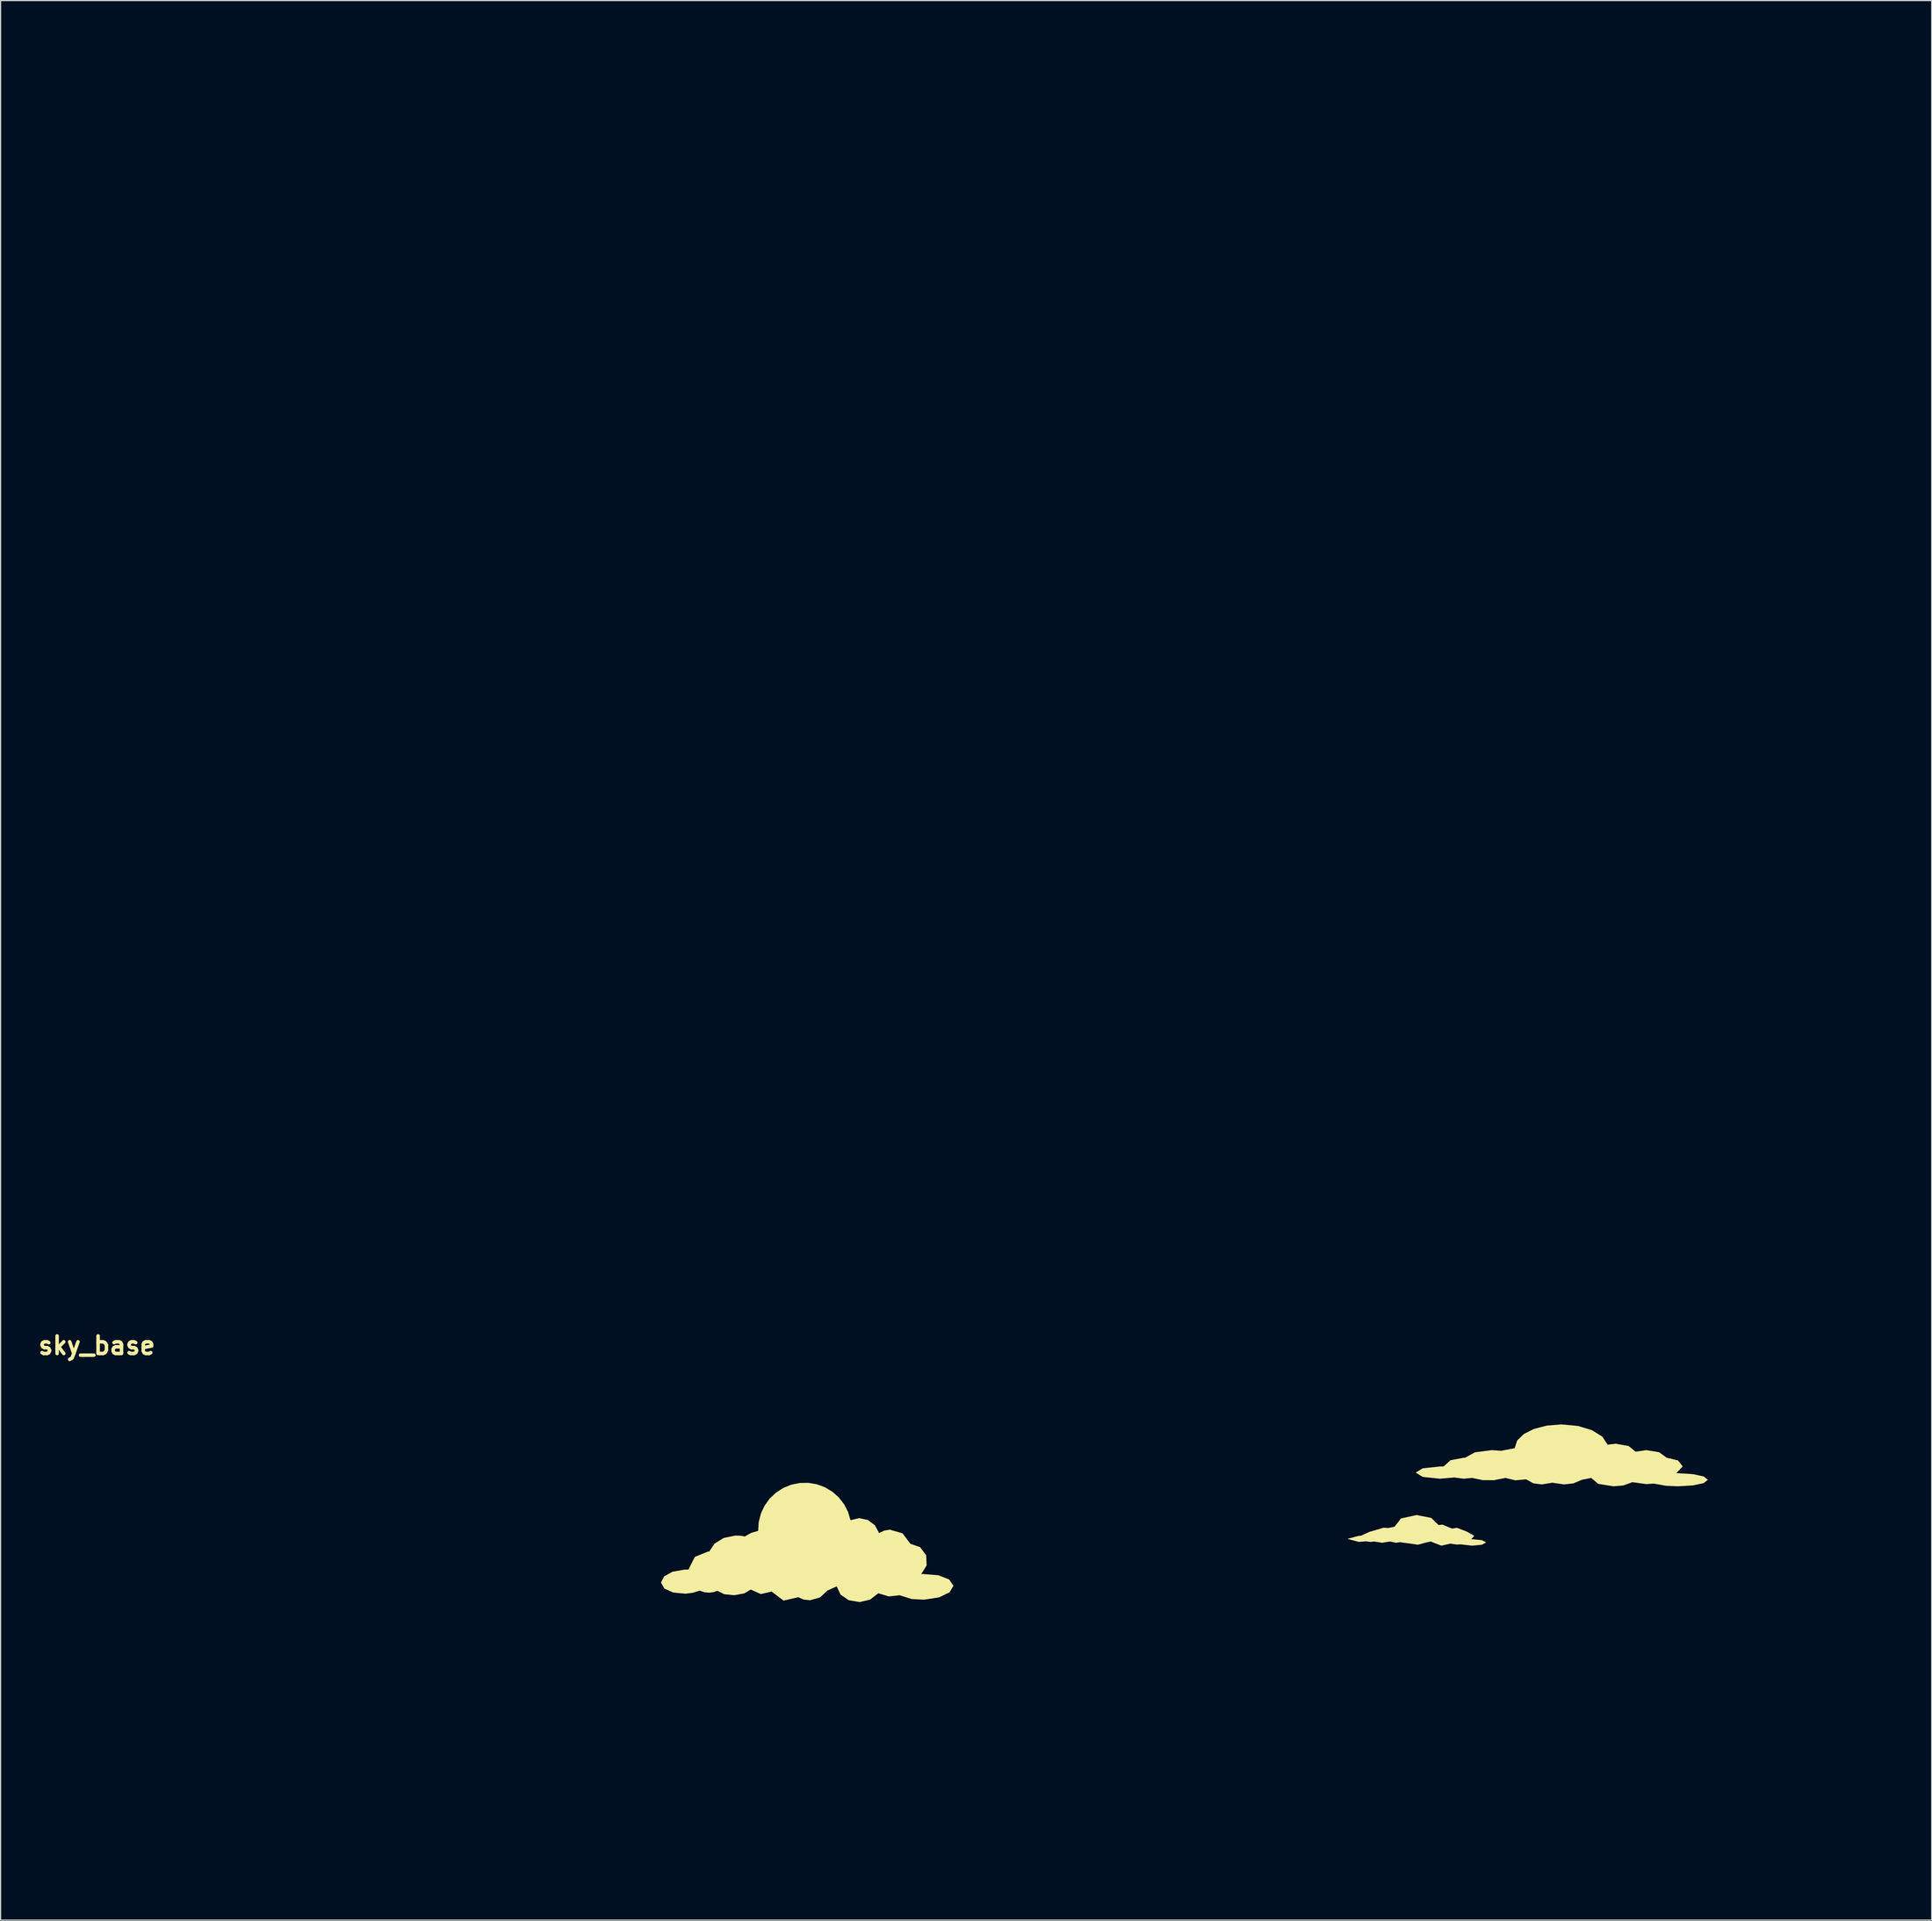
<source format=kicad_pcb>
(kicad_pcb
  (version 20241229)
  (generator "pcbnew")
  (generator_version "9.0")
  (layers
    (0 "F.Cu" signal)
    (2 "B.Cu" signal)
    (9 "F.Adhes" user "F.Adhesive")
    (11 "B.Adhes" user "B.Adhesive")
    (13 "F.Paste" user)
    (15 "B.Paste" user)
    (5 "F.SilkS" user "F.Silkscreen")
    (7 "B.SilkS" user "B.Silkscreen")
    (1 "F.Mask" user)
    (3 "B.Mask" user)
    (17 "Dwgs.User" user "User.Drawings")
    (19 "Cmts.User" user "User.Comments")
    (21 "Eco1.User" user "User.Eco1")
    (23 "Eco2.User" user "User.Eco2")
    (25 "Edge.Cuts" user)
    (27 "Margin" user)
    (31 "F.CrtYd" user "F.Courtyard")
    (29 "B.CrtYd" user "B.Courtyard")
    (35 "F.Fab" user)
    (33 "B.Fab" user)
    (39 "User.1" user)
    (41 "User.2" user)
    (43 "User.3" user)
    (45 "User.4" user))
  (footprint "sky_base"
    (layer "F.Cu")
    (at 5.349 0.25)
    (property "Reference" "sky_base" (at 0 113.474 0) (layer "F.SilkS") (effects (font (size 1.524 1.524) (thickness 0.305))))
    (attr exclude_from_pos_files exclude_from_bom)
    (fp_poly (pts (xy 120.515 130.561) (xy 120.155 130.758) (xy 119.285 130.841) (xy 118.29 130.725) (xy 117.98 130.746) (xy 117.409 130.664) (xy 116.631 130.841) (xy 115.707 130.481) (xy 115.342 130.558) (xy 114.601 130.759) (xy 114.117 130.685) (xy 113.035 130.542) (xy 112.683 130.59) (xy 112.178 130.481) (xy 111.489 130.59) (xy 110.799 130.481) (xy 110.471 130.516) (xy 110.072 130.463) (xy 109.476 130.516) (xy 108.482 130.251) (xy 109.476 129.986) (xy 109.633 129.986) (xy 110.471 129.608) (xy 110.519 129.608) (xy 111.62 129.283) (xy 112.006 129.309) (xy 112.564 129.198) (xy 113.128 128.48) (xy 114.488 128.182) (xy 115.752 128.433) (xy 116.39 129.052) (xy 116.729 129.015) (xy 117.546 129.357) (xy 117.991 129.291) (xy 118.824 129.616) (xy 119.486 129.989) (xy 119.221 130.283) (xy 119.295 130.283) (xy 120.156 130.363) (xy 120.515 130.561) (xy 120.515 130.561)) (stroke (width 0) (type solid)) (fill yes) (layer "F.SilkS"))
    (fp_poly (pts (xy 139.749 125.122) (xy 139.395 125.408) (xy 138.465 125.611) (xy 137.158 125.689) (xy 136.101 125.641) (xy 135.06 125.453) (xy 134.412 125.498) (xy 133.205 125.331) (xy 132.411 125.615) (xy 131.57 125.689) (xy 130.239 125.478) (xy 129.628 124.961) (xy 128.856 125.117) (xy 128.837 125.117) (xy 128.085 125.436) (xy 127.273 125.525) (xy 126.255 125.376) (xy 125.355 125.525) (xy 124.625 125.435) (xy 123.977 125.085) (xy 123.048 125.168) (xy 122.18 124.961) (xy 121.22 125.157) (xy 120.244 125.157) (xy 119.283 124.961) (xy 118.59 125.03) (xy 117.749 124.924) (xy 116.497 125.03) (xy 115.017 124.874) (xy 114.404 124.501) (xy 115.017 124.127) (xy 116.497 123.971) (xy 116.822 123.971) (xy 117.42 123.426) (xy 118.59 123.207) (xy 118.693 123.207) (xy 119.552 122.737) (xy 121.006 122.551) (xy 121.818 122.606) (xy 122.998 122.381) (xy 122.998 122.365) (xy 123.204 121.719) (xy 123.779 121.156) (xy 124.655 120.713) (xy 125.766 120.422) (xy 127.046 120.318) (xy 128.491 120.452) (xy 129.706 120.823) (xy 130.592 121.379) (xy 131.049 122.072) (xy 131.761 121.995) (xy 132.866 122.191) (xy 133.481 122.683) (xy 134.42 122.551) (xy 135.521 122.732) (xy 136.171 123.207) (xy 137.159 123.444) (xy 137.563 123.961) (xy 137.01 124.551) (xy 137.166 124.551) (xy 138.467 124.635) (xy 139.395 124.839) (xy 139.749 125.122) (xy 139.749 125.122)) (stroke (width 0) (type solid)) (fill yes) (layer "F.SilkS"))
    (fp_poly (pts (xy 74.303 134.32) (xy 73.97 134.893) (xy 73.056 135.328) (xy 71.755 135.529) (xy 70.672 135.47) (xy 69.638 135.143) (xy 68.695 135.246) (xy 67.786 134.971) (xy 67.066 135.53) (xy 66.177 135.735) (xy 65.225 135.576) (xy 64.514 135.089) (xy 64.182 134.373) (xy 63.415 134.717) (xy 63.397 134.717) (xy 62.734 135.335) (xy 61.862 135.579) (xy 61.33 135.52) (xy 60.836 135.315) (xy 59.572 135.611) (xy 58.536 134.828) (xy 57.6 135.041) (xy 56.724 134.65) (xy 56.158 134.985) (xy 55.292 135.14) (xy 54.42 135.051) (xy 53.829 134.759) (xy 53.493 134.874) (xy 53.141 134.923) (xy 52.706 134.885) (xy 52.292 134.746) (xy 51.683 134.932) (xy 51.051 135.01) (xy 49.989 134.906) (xy 49.226 134.559) (xy 48.935 134.042) (xy 49.21 133.504) (xy 49.941 133.102) (xy 50.985 132.92) (xy 51.311 132.92) (xy 51.875 131.817) (xy 53.022 131.348) (xy 53.126 131.348) (xy 53.587 130.66) (xy 54.374 130.172) (xy 55.388 129.965) (xy 55.799 129.976) (xy 56.205 130.044) (xy 56.758 129.733) (xy 57.367 129.557) (xy 57.367 129.528) (xy 57.417 128.78) (xy 57.604 128.053) (xy 57.922 127.374) (xy 58.36 126.765) (xy 58.903 126.247) (xy 59.532 125.839) (xy 60.226 125.553) (xy 60.961 125.401) (xy 61.711 125.387) (xy 62.451 125.512) (xy 63.155 125.771) (xy 63.799 126.156) (xy 64.361 126.653) (xy 64.821 127.245) (xy 65.164 127.912) (xy 65.378 128.631) (xy 66.126 128.453) (xy 66.878 128.609) (xy 67.493 129.07) (xy 67.855 129.748) (xy 68.298 129.534) (xy 68.784 129.451) (xy 69.886 129.77) (xy 70.58 130.684) (xy 71.413 130.969) (xy 71.941 131.673) (xy 71.98 132.553) (xy 71.517 133.301) (xy 71.673 133.301) (xy 72.985 133.405) (xy 73.929 133.77) (xy 74.303 134.32) (xy 74.303 134.32)) (stroke (width 0) (type solid)) (fill yes) (layer "F.SilkS"))
    (fp_poly (pts (xy 102.855 116.522) (xy 101.463 116.536) (xy 100.079 116.579) (xy 98.704 116.649) (xy 97.34 116.747) (xy 95.985 116.872) (xy 94.641 117.024) (xy 93.308 117.202) (xy 91.986 117.407) (xy 90.676 117.637) (xy 89.378 117.893) (xy 88.093 118.174) (xy 86.822 118.48) (xy 85.563 118.81) (xy 84.319 119.164) (xy 83.09 119.542) (xy 81.875 119.943) (xy 80.675 120.367) (xy 79.491 120.814) (xy 78.324 121.284) (xy 77.173 121.775) (xy 76.039 122.288) (xy 74.922 122.822) (xy 73.824 123.377) (xy 72.744 123.953) (xy 71.682 124.549) (xy 70.64 125.165) (xy 69.617 125.8) (xy 68.615 126.455) (xy 67.633 127.128) (xy 66.672 127.82) (xy 65.732 128.531) (xy 65.378 128.631) (xy 64.962 127.482) (xy 64.247 126.538) (xy 63.299 125.845) (xy 62.183 125.451) (xy 60.961 125.403) (xy 59.781 125.72) (xy 58.779 126.351) (xy 58.007 127.236) (xy 57.52 128.315) (xy 57.367 129.528) (xy 57.367 129.557) (xy 56.205 130.044) (xy 55.388 129.965) (xy 54.374 130.172) (xy 53.587 130.66) (xy 53.125 131.349) (xy 53.023 131.349) (xy 52.211 131.574) (xy 51.605 132.13) (xy 51.311 132.92) (xy 50.985 132.92) (xy 49.941 133.102) (xy 49.21 133.504) (xy 48.934 134.042) (xy 49.226 134.559) (xy 49.989 134.906) (xy 51.051 135.01) (xy 52.292 134.746) (xy 53.141 134.923) (xy 53.829 134.759) (xy 54.42 135.051) (xy 55.292 135.14) (xy 56.158 134.985) (xy 56.724 134.65) (xy 57.6 135.042) (xy 58.536 134.828) (xy 58.771 135.13) (xy 57.956 136.113) (xy 57.175 137.114) (xy 56.428 138.134) (xy 55.716 139.172) (xy 55.039 140.226) (xy 54.398 141.298) (xy 53.794 142.386) (xy 53.227 143.489) (xy 52.699 144.608) (xy 52.209 145.741) (xy 51.758 146.889) (xy 51.347 148.05) (xy 50.977 149.225) (xy 50.648 150.412) (xy 50.36 151.611) (xy 50.115 152.822) (xy 49.913 154.045) (xy 49.755 155.278) (xy 49.642 156.521) (xy 49.573 157.773) (xy 49.55 159.035) (xy 49.574 160.3) (xy 156.161 160.337) (xy 156.14 159.14) (xy 156.079 157.944) (xy 155.977 156.751) (xy 155.835 155.561) (xy 155.654 154.376) (xy 155.434 153.196) (xy 155.176 152.022) (xy 154.88 150.854) (xy 154.547 149.695) (xy 154.177 148.543) (xy 153.771 147.401) (xy 153.33 146.269) (xy 152.854 145.148) (xy 152.343 144.039) (xy 151.799 142.942) (xy 151.221 141.858) (xy 150.611 140.789) (xy 149.968 139.735) (xy 149.293 138.697) (xy 148.587 137.675) (xy 147.851 136.671) (xy 147.085 135.686) (xy 146.289 134.719) (xy 145.464 133.773) (xy 144.61 132.847) (xy 143.729 131.943) (xy 142.82 131.061) (xy 141.885 130.203) (xy 140.923 129.369) (xy 139.936 128.56) (xy 138.923 127.776) (xy 137.885 127.019) (xy 136.824 126.29) (xy 135.739 125.589) (xy 136.447 125.671) (xy 137.159 125.688) (xy 138.464 125.611) (xy 139.394 125.408) (xy 139.749 125.123) (xy 139.749 125.122) (xy 139.394 124.839) (xy 138.467 124.635) (xy 137.166 124.551) (xy 137.01 124.551) (xy 137.563 123.961) (xy 137.159 123.444) (xy 136.172 123.207) (xy 135.521 122.732) (xy 134.42 122.551) (xy 133.481 122.683) (xy 132.866 122.191) (xy 131.761 121.995) (xy 131.049 122.072) (xy 130.592 121.379) (xy 129.706 120.823) (xy 128.491 120.452) (xy 127.046 120.318) (xy 126.177 120.365) (xy 125.373 120.501) (xy 124.225 120.086) (xy 123.064 119.693) (xy 121.888 119.321) (xy 120.699 118.971) (xy 119.497 118.643) (xy 118.283 118.337) (xy 117.056 118.054) (xy 115.817 117.793) (xy 114.567 117.556) (xy 113.305 117.343) (xy 112.033 117.153) (xy 110.75 116.987) (xy 109.457 116.847) (xy 108.155 116.731) (xy 106.843 116.64) (xy 105.522 116.575) (xy 104.193 116.535) (xy 102.855 116.522) (xy 102.855 116.522)) (stroke (width 0.00001) (type solid)) (fill no) (layer "Edge.Cuts")))
  (gr_rect
    (start -3 -3)
    (end 164.51 163.587)
    (stroke (width 0.1) (type default))
    (fill no)
    (layer "Edge.Cuts")))
</source>
